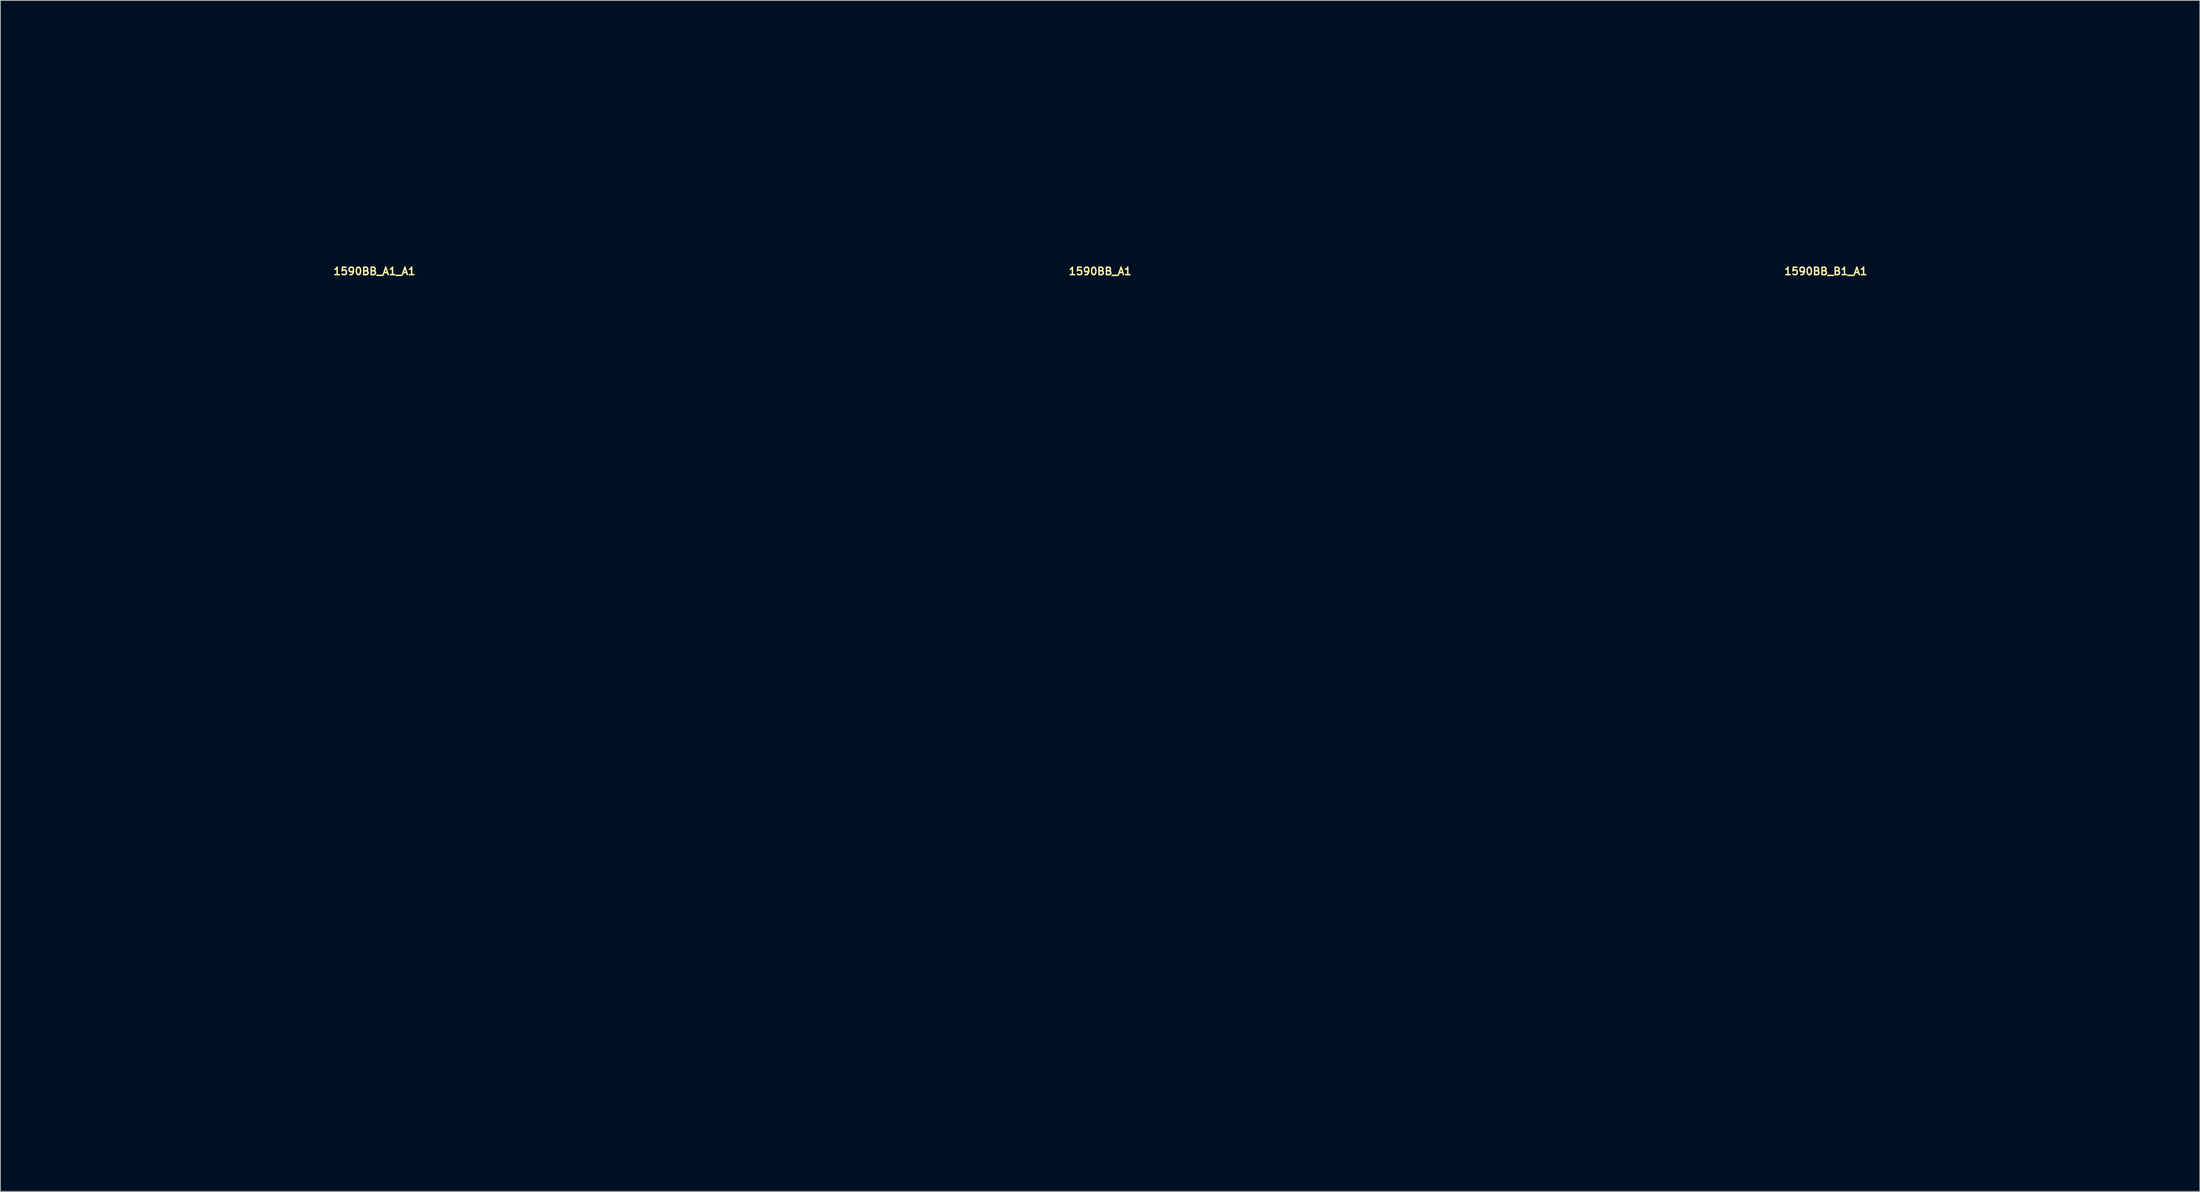
<source format=kicad_pcb>
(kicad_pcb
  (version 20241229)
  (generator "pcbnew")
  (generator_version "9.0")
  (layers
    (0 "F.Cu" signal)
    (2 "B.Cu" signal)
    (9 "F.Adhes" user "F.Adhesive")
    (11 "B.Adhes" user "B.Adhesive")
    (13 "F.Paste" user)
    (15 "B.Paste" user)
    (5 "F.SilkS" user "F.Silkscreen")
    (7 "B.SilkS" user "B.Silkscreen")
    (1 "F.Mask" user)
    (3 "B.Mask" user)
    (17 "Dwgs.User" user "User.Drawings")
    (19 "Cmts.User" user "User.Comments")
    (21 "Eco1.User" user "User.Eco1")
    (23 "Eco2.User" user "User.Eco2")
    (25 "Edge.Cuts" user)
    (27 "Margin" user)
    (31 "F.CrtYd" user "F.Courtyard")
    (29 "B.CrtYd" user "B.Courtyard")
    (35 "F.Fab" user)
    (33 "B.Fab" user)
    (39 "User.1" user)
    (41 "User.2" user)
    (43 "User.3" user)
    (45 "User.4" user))
  (footprint "1590BB_B1_A1"
    (layer "F.Cu")
    (at 242 93.95)
    (property "Reference" "1590BB_B1_A1" (at 0 -60.579 0) (layer "F.SilkS") (effects (font (size 1 1) (thickness 0.2))))
    (attr through_hole)
    (fp_line (start -47 -93.75) (end -47 -59.75) (stroke (width 0.4) (type solid)) (layer "Eco1.User"))
    (fp_line (start -47 -93.75) (end 47 -93.75) (stroke (width 0.4) (type solid)) (layer "Eco1.User"))
    (fp_line (start -47 -89.75) (end 47 -89.75) (stroke (width 0.4) (type solid)) (layer "Eco1.User"))
    (fp_line (start -47 -59.75) (end -47 59.75) (stroke (width 0.4) (type solid)) (layer "Eco1.User"))
    (fp_line (start -47 -59.75) (end 47 -59.75) (stroke (width 0.4) (type solid)) (layer "Eco1.User"))
    (fp_line (start -47 59.75) (end 47 59.75) (stroke (width 0.4) (type solid)) (layer "Eco1.User"))
    (fp_line (start -44.75 -57.5) (end -44.75 57.5) (stroke (width 0.4) (type solid)) (layer "Eco1.User"))
    (fp_line (start -44.75 -57.5) (end 44.75 -57.5) (stroke (width 0.4) (type solid)) (layer "Eco1.User"))
    (fp_line (start -44.75 -51.75) (end -42 -51.75) (stroke (width 0.4) (type solid)) (layer "Eco1.User"))
    (fp_line (start -44.75 51.75) (end -42 51.75) (stroke (width 0.4) (type solid)) (layer "Eco1.User"))
    (fp_line (start -44.75 57.5) (end 44.75 57.5) (stroke (width 0.4) (type solid)) (layer "Eco1.User"))
    (fp_line (start -39 -57.5) (end -39 -54.75) (stroke (width 0.4) (type solid)) (layer "Eco1.User"))
    (fp_line (start -39 54.75) (end -39 57.5) (stroke (width 0.4) (type solid)) (layer "Eco1.User"))
    (fp_line (start 39 -57.5) (end 39 -54.75) (stroke (width 0.4) (type solid)) (layer "Eco1.User"))
    (fp_line (start 39 54.75) (end 39 57.5) (stroke (width 0.4) (type solid)) (layer "Eco1.User"))
    (fp_line (start 42 -51.75) (end 44.75 -51.75) (stroke (width 0.4) (type solid)) (layer "Eco1.User"))
    (fp_line (start 42 51.75) (end 44.75 51.75) (stroke (width 0.4) (type solid)) (layer "Eco1.User"))
    (fp_line (start 44.75 -57.5) (end 44.75 57.5) (stroke (width 0.4) (type solid)) (layer "Eco1.User"))
    (fp_line (start 47 -93.75) (end 47 -59.75) (stroke (width 0.4) (type solid)) (layer "Eco1.User"))
    (fp_line (start 47 -59.75) (end 47 59.75) (stroke (width 0.4) (type solid)) (layer "Eco1.User"))
    (fp_arc (start -42 51.75) (mid -39.87868 52.62868) (end -39 54.75) (stroke (width 0.4) (type solid)) (layer "Eco1.User"))
    (fp_arc (start -39 -54.75) (mid -39.87868 -52.62868) (end -42 -51.75) (stroke (width 0.4) (type solid)) (layer "Eco1.User"))
    (fp_arc (start 39 54.75) (mid 39.87868 52.62868) (end 42 51.75) (stroke (width 0.4) (type solid)) (layer "Eco1.User"))
    (fp_arc (start 42 -51.75) (mid 39.87868 -52.62868) (end 39 -54.75) (stroke (width 0.4) (type solid)) (layer "Eco1.User"))
    (fp_circle (center -42 -54.75) (end -40.25 -54.75) (stroke (width 0.4) (type solid)) (fill no) (layer "Eco1.User"))
    (fp_circle (center -42 54.75) (end -40.25 54.75) (stroke (width 0.4) (type solid)) (fill no) (layer "Eco1.User"))
    (fp_circle (center -40.92 -31.55) (end -39.62 -31.55) (stroke (width 0.4) (type solid)) (fill no) (layer "Eco1.User"))
    (fp_circle (center -33.02 -31.55) (end -29.32 -31.55) (stroke (width 0.4) (type solid)) (fill no) (layer "Eco1.User"))
    (fp_circle (center -29.21 -52.07) (end -27.71 -52.07) (stroke (width 0.4) (type solid)) (fill no) (layer "Eco1.User"))
    (fp_circle (center -19.05 -74.5) (end -11.55 -74.5) (stroke (width 0.4) (type solid)) (fill no) (layer "Eco1.User"))
    (fp_circle (center -8.89 -52.07) (end -7.39 -52.07) (stroke (width 0.4) (type solid)) (fill no) (layer "Eco1.User"))
    (fp_circle (center -7.9 -31.55) (end -6.6 -31.55) (stroke (width 0.4) (type solid)) (fill no) (layer "Eco1.User"))
    (fp_circle (center 0 -73.5) (end 5.5 -73.5) (stroke (width 0.4) (type solid)) (fill no) (layer "Eco1.User"))
    (fp_circle (center 0 -31.55) (end 3.7 -31.55) (stroke (width 0.4) (type solid)) (fill no) (layer "Eco1.User"))
    (fp_circle (center 0 13.97) (end 2.65 13.97) (stroke (width 0.4) (type solid)) (fill no) (layer "Eco1.User"))
    (fp_circle (center 0 29.21) (end 6.5 29.21) (stroke (width 0.4) (type solid)) (fill no) (layer "Eco1.User"))
    (fp_circle (center 8.89 -52.07) (end 10.39 -52.07) (stroke (width 0.4) (type solid)) (fill no) (layer "Eco1.User"))
    (fp_circle (center 19.05 -74.5) (end 26.55 -74.5) (stroke (width 0.4) (type solid)) (fill no) (layer "Eco1.User"))
    (fp_circle (center 25.12 -31.55) (end 26.42 -31.55) (stroke (width 0.4) (type solid)) (fill no) (layer "Eco1.User"))
    (fp_circle (center 29.21 -52.07) (end 30.71 -52.07) (stroke (width 0.4) (type solid)) (fill no) (layer "Eco1.User"))
    (fp_circle (center 33.02 -31.55) (end 36.72 -31.55) (stroke (width 0.4) (type solid)) (fill no) (layer "Eco1.User"))
    (fp_circle (center 42 -54.75) (end 43.75 -54.75) (stroke (width 0.4) (type solid)) (fill no) (layer "Eco1.User"))
    (fp_circle (center 42 54.75) (end 43.75 54.75) (stroke (width 0.4) (type solid)) (fill no) (layer "Eco1.User")))
  (footprint "1590BB_A1"
    (layer "F.Cu")
    (at 144.6 93.95)
    (property "Reference" "1590BB_A1" (at 0 -60.579 0) (layer "F.SilkS") (effects (font (size 1 1) (thickness 0.2))))
    (attr through_hole)
    (fp_line (start -47 -93.75) (end -47 -59.75) (stroke (width 0.4) (type solid)) (layer "Eco1.User"))
    (fp_line (start -47 -93.75) (end 47 -93.75) (stroke (width 0.4) (type solid)) (layer "Eco1.User"))
    (fp_line (start -47 -89.75) (end 47 -89.75) (stroke (width 0.4) (type solid)) (layer "Eco1.User"))
    (fp_line (start -47 -59.75) (end -47 59.75) (stroke (width 0.4) (type solid)) (layer "Eco1.User"))
    (fp_line (start -47 -59.75) (end 47 -59.75) (stroke (width 0.4) (type solid)) (layer "Eco1.User"))
    (fp_line (start -47 59.75) (end 47 59.75) (stroke (width 0.4) (type solid)) (layer "Eco1.User"))
    (fp_line (start -44.75 -57.5) (end -44.75 57.5) (stroke (width 0.4) (type solid)) (layer "Eco1.User"))
    (fp_line (start -44.75 -57.5) (end 44.75 -57.5) (stroke (width 0.4) (type solid)) (layer "Eco1.User"))
    (fp_line (start -44.75 -51.75) (end -42 -51.75) (stroke (width 0.4) (type solid)) (layer "Eco1.User"))
    (fp_line (start -44.75 51.75) (end -42 51.75) (stroke (width 0.4) (type solid)) (layer "Eco1.User"))
    (fp_line (start -44.75 57.5) (end 44.75 57.5) (stroke (width 0.4) (type solid)) (layer "Eco1.User"))
    (fp_line (start -39 -57.5) (end -39 -54.75) (stroke (width 0.4) (type solid)) (layer "Eco1.User"))
    (fp_line (start -39 54.75) (end -39 57.5) (stroke (width 0.4) (type solid)) (layer "Eco1.User"))
    (fp_line (start 39 -57.5) (end 39 -54.75) (stroke (width 0.4) (type solid)) (layer "Eco1.User"))
    (fp_line (start 39 54.75) (end 39 57.5) (stroke (width 0.4) (type solid)) (layer "Eco1.User"))
    (fp_line (start 42 -51.75) (end 44.75 -51.75) (stroke (width 0.4) (type solid)) (layer "Eco1.User"))
    (fp_line (start 42 51.75) (end 44.75 51.75) (stroke (width 0.4) (type solid)) (layer "Eco1.User"))
    (fp_line (start 44.75 -57.5) (end 44.75 57.5) (stroke (width 0.4) (type solid)) (layer "Eco1.User"))
    (fp_line (start 47 -93.75) (end 47 -59.75) (stroke (width 0.4) (type solid)) (layer "Eco1.User"))
    (fp_line (start 47 -59.75) (end 47 59.75) (stroke (width 0.4) (type solid)) (layer "Eco1.User"))
    (fp_arc (start -42 51.75) (mid -39.87868 52.62868) (end -39 54.75) (stroke (width 0.4) (type solid)) (layer "Eco1.User"))
    (fp_arc (start -39 -54.75) (mid -39.87868 -52.62868) (end -42 -51.75) (stroke (width 0.4) (type solid)) (layer "Eco1.User"))
    (fp_arc (start 39 54.75) (mid 39.87868 52.62868) (end 42 51.75) (stroke (width 0.4) (type solid)) (layer "Eco1.User"))
    (fp_arc (start 42 -51.75) (mid 39.87868 -52.62868) (end 39 -54.75) (stroke (width 0.4) (type solid)) (layer "Eco1.User"))
    (fp_circle (center -42 -54.75) (end -40.25 -54.75) (stroke (width 0.4) (type solid)) (fill no) (layer "Eco1.User"))
    (fp_circle (center -42 54.75) (end -40.25 54.75) (stroke (width 0.4) (type solid)) (fill no) (layer "Eco1.User"))
    (fp_circle (center -19.05 -73.5) (end -11.55 -73.5) (stroke (width 0.4) (type solid)) (fill no) (layer "Eco1.User"))
    (fp_circle (center 0 -73.5) (end 5.5 -73.5) (stroke (width 0.4) (type solid)) (fill no) (layer "Eco1.User"))
    (fp_circle (center 19.05 -73.5) (end 26.55 -73.5) (stroke (width 0.4) (type solid)) (fill no) (layer "Eco1.User"))
    (fp_circle (center 42 -54.75) (end 43.75 -54.75) (stroke (width 0.4) (type solid)) (fill no) (layer "Eco1.User"))
    (fp_circle (center 42 54.75) (end 43.75 54.75) (stroke (width 0.4) (type solid)) (fill no) (layer "Eco1.User")))
  (footprint "1590BB_A1_A1"
    (layer "F.Cu")
    (at 47.2 93.95)
    (property "Reference" "1590BB_A1_A1" (at 0 -60.579 0) (layer "F.SilkS") (effects (font (size 1 1) (thickness 0.2))))
    (attr through_hole)
    (fp_line (start -47 -93.75) (end -47 -59.75) (stroke (width 0.4) (type solid)) (layer "Eco1.User"))
    (fp_line (start -47 -93.75) (end 47 -93.75) (stroke (width 0.4) (type solid)) (layer "Eco1.User"))
    (fp_line (start -47 -89.75) (end 47 -89.75) (stroke (width 0.4) (type solid)) (layer "Eco1.User"))
    (fp_line (start -47 -59.75) (end -47 59.75) (stroke (width 0.4) (type solid)) (layer "Eco1.User"))
    (fp_line (start -47 -59.75) (end 47 -59.75) (stroke (width 0.4) (type solid)) (layer "Eco1.User"))
    (fp_line (start -47 59.75) (end 47 59.75) (stroke (width 0.4) (type solid)) (layer "Eco1.User"))
    (fp_line (start -44.75 -57.5) (end -44.75 57.5) (stroke (width 0.4) (type solid)) (layer "Eco1.User"))
    (fp_line (start -44.75 -57.5) (end 44.75 -57.5) (stroke (width 0.4) (type solid)) (layer "Eco1.User"))
    (fp_line (start -44.75 -51.75) (end -42 -51.75) (stroke (width 0.4) (type solid)) (layer "Eco1.User"))
    (fp_line (start -44.75 51.75) (end -42 51.75) (stroke (width 0.4) (type solid)) (layer "Eco1.User"))
    (fp_line (start -44.75 57.5) (end 44.75 57.5) (stroke (width 0.4) (type solid)) (layer "Eco1.User"))
    (fp_line (start -39 -57.5) (end -39 -54.75) (stroke (width 0.4) (type solid)) (layer "Eco1.User"))
    (fp_line (start -39 54.75) (end -39 57.5) (stroke (width 0.4) (type solid)) (layer "Eco1.User"))
    (fp_line (start 39 -57.5) (end 39 -54.75) (stroke (width 0.4) (type solid)) (layer "Eco1.User"))
    (fp_line (start 39 54.75) (end 39 57.5) (stroke (width 0.4) (type solid)) (layer "Eco1.User"))
    (fp_line (start 42 -51.75) (end 44.75 -51.75) (stroke (width 0.4) (type solid)) (layer "Eco1.User"))
    (fp_line (start 42 51.75) (end 44.75 51.75) (stroke (width 0.4) (type solid)) (layer "Eco1.User"))
    (fp_line (start 44.75 -57.5) (end 44.75 57.5) (stroke (width 0.4) (type solid)) (layer "Eco1.User"))
    (fp_line (start 47 -93.75) (end 47 -59.75) (stroke (width 0.4) (type solid)) (layer "Eco1.User"))
    (fp_line (start 47 -59.75) (end 47 59.75) (stroke (width 0.4) (type solid)) (layer "Eco1.User"))
    (fp_arc (start -42 51.75) (mid -39.87868 52.62868) (end -39 54.75) (stroke (width 0.4) (type solid)) (layer "Eco1.User"))
    (fp_arc (start -39 -54.75) (mid -39.87868 -52.62868) (end -42 -51.75) (stroke (width 0.4) (type solid)) (layer "Eco1.User"))
    (fp_arc (start 39 54.75) (mid 39.87868 52.62868) (end 42 51.75) (stroke (width 0.4) (type solid)) (layer "Eco1.User"))
    (fp_arc (start 42 -51.75) (mid 39.87868 -52.62868) (end 39 -54.75) (stroke (width 0.4) (type solid)) (layer "Eco1.User"))
    (fp_circle (center -42 -54.75) (end -40.25 -54.75) (stroke (width 0.4) (type solid)) (fill no) (layer "Eco1.User"))
    (fp_circle (center -42 54.75) (end -40.25 54.75) (stroke (width 0.4) (type solid)) (fill no) (layer "Eco1.User"))
    (fp_circle (center -40.92 -31.55) (end -39.62 -31.55) (stroke (width 0.4) (type solid)) (fill no) (layer "Eco1.User"))
    (fp_circle (center -39.37 -5.08) (end -37.87 -5.08) (stroke (width 0.4) (type solid)) (fill no) (layer "Eco1.User"))
    (fp_circle (center -33.02 -31.55) (end -29.32 -31.55) (stroke (width 0.4) (type solid)) (fill no) (layer "Eco1.User"))
    (fp_circle (center -29.21 -52.07) (end -27.71 -52.07) (stroke (width 0.4) (type solid)) (fill no) (layer "Eco1.User"))
    (fp_circle (center -26.67 -5.08) (end -23.47 -5.08) (stroke (width 0.4) (type solid)) (fill no) (layer "Eco1.User"))
    (fp_circle (center -19.05 -73.5) (end -11.55 -73.5) (stroke (width 0.4) (type solid)) (fill no) (layer "Eco1.User"))
    (fp_circle (center -8.89 -52.07) (end -7.39 -52.07) (stroke (width 0.4) (type solid)) (fill no) (layer "Eco1.User"))
    (fp_circle (center -7.9 -31.55) (end -6.6 -31.55) (stroke (width 0.4) (type solid)) (fill no) (layer "Eco1.User"))
    (fp_circle (center 0 -73.5) (end 5.5 -73.5) (stroke (width 0.4) (type solid)) (fill no) (layer "Eco1.User"))
    (fp_circle (center 0 -31.55) (end 3.7 -31.55) (stroke (width 0.4) (type solid)) (fill no) (layer "Eco1.User"))
    (fp_circle (center 0 -5.08) (end 3.2 -5.08) (stroke (width 0.4) (type solid)) (fill no) (layer "Eco1.User"))
    (fp_circle (center 0 13.97) (end 2.65 13.97) (stroke (width 0.4) (type solid)) (fill no) (layer "Eco1.User"))
    (fp_circle (center 0 29.21) (end 6.5 29.21) (stroke (width 0.4) (type solid)) (fill no) (layer "Eco1.User"))
    (fp_circle (center 8.89 -52.07) (end 10.39 -52.07) (stroke (width 0.4) (type solid)) (fill no) (layer "Eco1.User"))
    (fp_circle (center 13.335 -5.08) (end 15.985 -5.08) (stroke (width 0.4) (type solid)) (fill no) (layer "Eco1.User"))
    (fp_circle (center 19.05 -73.5) (end 26.55 -73.5) (stroke (width 0.4) (type solid)) (fill no) (layer "Eco1.User"))
    (fp_circle (center 25.12 -31.55) (end 26.42 -31.55) (stroke (width 0.4) (type solid)) (fill no) (layer "Eco1.User"))
    (fp_circle (center 26.67 -5.08) (end 29.87 -5.08) (stroke (width 0.4) (type solid)) (fill no) (layer "Eco1.User"))
    (fp_circle (center 29.21 -52.07) (end 30.71 -52.07) (stroke (width 0.4) (type solid)) (fill no) (layer "Eco1.User"))
    (fp_circle (center 33.02 -31.55) (end 36.72 -31.55) (stroke (width 0.4) (type solid)) (fill no) (layer "Eco1.User"))
    (fp_circle (center 39.37 -5.08) (end 40.87 -5.08) (stroke (width 0.4) (type solid)) (fill no) (layer "Eco1.User"))
    (fp_circle (center 42 -54.75) (end 43.75 -54.75) (stroke (width 0.4) (type solid)) (fill no) (layer "Eco1.User"))
    (fp_circle (center 42 54.75) (end 43.75 54.75) (stroke (width 0.4) (type solid)) (fill no) (layer "Eco1.User")))
  (gr_rect
    (start -3 -3)
    (end 292.2 156.9)
    (stroke (width 0.1) (type default))
    (fill no)
    (layer "Edge.Cuts")))
</source>
